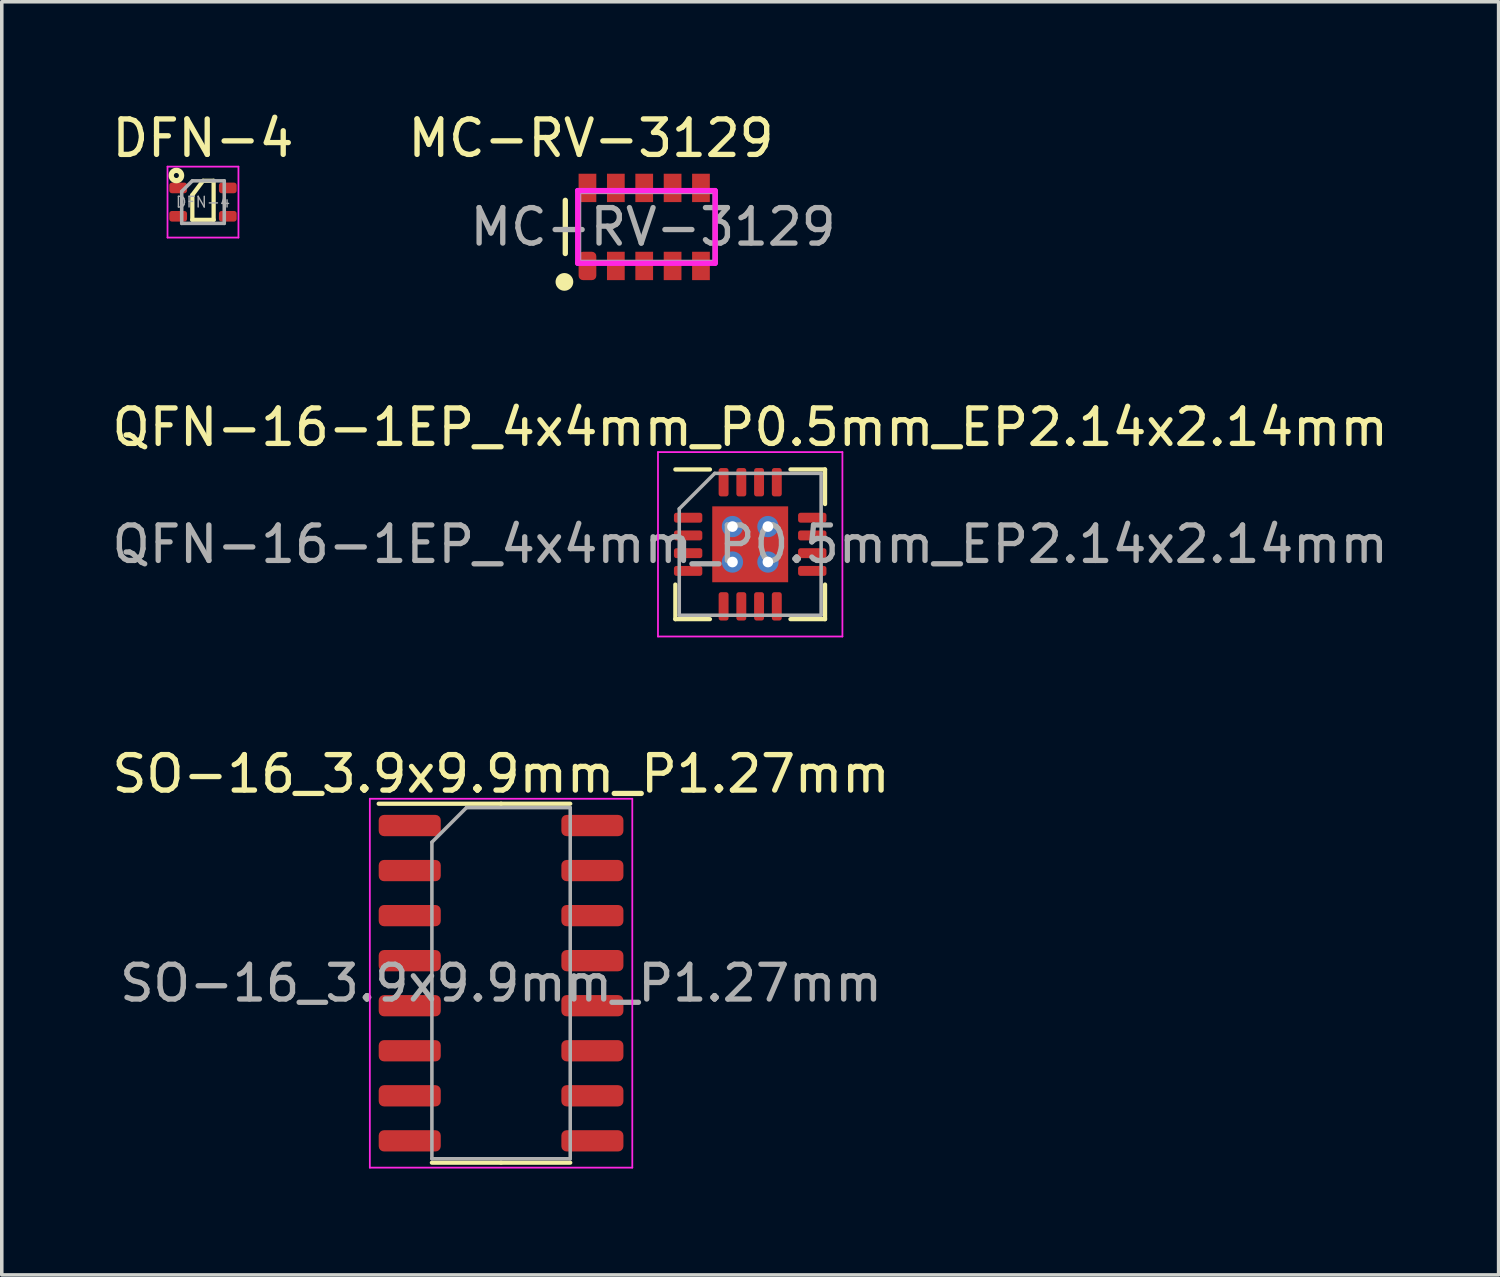
<source format=kicad_pcb>
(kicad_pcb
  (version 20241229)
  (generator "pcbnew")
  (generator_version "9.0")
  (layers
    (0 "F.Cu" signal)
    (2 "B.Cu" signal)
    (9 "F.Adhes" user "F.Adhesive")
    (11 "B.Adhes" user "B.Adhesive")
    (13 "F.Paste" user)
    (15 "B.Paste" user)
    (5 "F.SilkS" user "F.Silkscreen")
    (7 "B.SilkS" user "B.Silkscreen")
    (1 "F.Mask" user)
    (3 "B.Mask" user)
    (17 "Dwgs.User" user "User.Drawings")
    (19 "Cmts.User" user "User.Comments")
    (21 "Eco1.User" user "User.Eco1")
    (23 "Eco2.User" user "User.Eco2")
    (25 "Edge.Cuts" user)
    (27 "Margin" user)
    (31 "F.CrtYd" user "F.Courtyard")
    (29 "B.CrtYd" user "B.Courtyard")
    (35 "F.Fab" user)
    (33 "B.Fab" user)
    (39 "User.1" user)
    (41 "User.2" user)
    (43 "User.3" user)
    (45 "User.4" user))
  (footprint "MC-RV-3129"
    (layer "F.Cu")
    (at 14.863 3.348)
    (property "Reference" "MC-RV-3129" (at -1.25 -2.5 180) (layer "F.SilkS") (effects (font (size 1 1) (thickness 0.15))))
    (attr smd)
    (fp_line (start -1.975 -0.75) (end -1.975 0.75) (stroke (width 0.15) (type solid)) (layer "F.SilkS"))
    (fp_circle (center -2 1.55) (end -1.875 1.55) (stroke (width 0.25) (type solid)) (fill no) (layer "F.SilkS"))
    (fp_line (start -1.625 -1.025) (end -1.625 1.025) (stroke (width 0.15) (type solid)) (layer "F.CrtYd"))
    (fp_line (start -1.625 1.025) (end 2.25 1.025) (stroke (width 0.15) (type solid)) (layer "F.CrtYd"))
    (fp_line (start 1.625 -1.025) (end -1.625 -1.025) (stroke (width 0.15) (type solid)) (layer "F.CrtYd"))
    (fp_line (start 2.25 -1.025) (end 1.625 -1.025) (stroke (width 0.15) (type solid)) (layer "F.CrtYd"))
    (fp_line (start 2.25 1.025) (end 2.25 -1.025) (stroke (width 0.15) (type solid)) (layer "F.CrtYd"))
    (fp_line (start -1.6 -1) (end 2.25 -1) (stroke (width 0.15) (type solid)) (layer "F.Fab"))
    (fp_line (start -1.6 1) (end -1.6 -1) (stroke (width 0.15) (type solid)) (layer "F.Fab"))
    (fp_line (start 2.25 -1) (end 2.25 1) (stroke (width 0.15) (type solid)) (layer "F.Fab"))
    (fp_line (start 2.25 1) (end -1.6 1) (stroke (width 0.15) (type solid)) (layer "F.Fab"))
    (fp_text user "${REFERENCE}" (at 0.5 0 180) (layer "F.Fab") (effects (font (size 1 1) (thickness 0.15))))
    (pad "1" smd roundrect (at -1.35 1.1) (size 0.5 0.8) (layers "F.Cu" "F.Mask" "F.Paste") (roundrect_rratio 0.25))
    (pad "2" smd rect (at -0.55 1.1) (size 0.5 0.8) (layers "F.Cu" "F.Mask" "F.Paste"))
    (pad "3" smd rect (at 0.25 1.1) (size 0.5 0.8) (layers "F.Cu" "F.Mask" "F.Paste"))
    (pad "4" smd rect (at 1.05 1.1) (size 0.5 0.8) (layers "F.Cu" "F.Mask" "F.Paste"))
    (pad "5" smd rect (at 1.85 1.1) (size 0.5 0.8) (layers "F.Cu" "F.Mask" "F.Paste"))
    (pad "6" smd rect (at 1.85 -1.1) (size 0.5 0.8) (layers "F.Cu" "F.Mask" "F.Paste"))
    (pad "7" smd rect (at 1.05 -1.1) (size 0.5 0.8) (layers "F.Cu" "F.Mask" "F.Paste"))
    (pad "8" smd rect (at 0.25 -1.1) (size 0.5 0.8) (layers "F.Cu" "F.Mask" "F.Paste"))
    (pad "9" smd rect (at -0.55 -1.1) (size 0.5 0.8) (layers "F.Cu" "F.Mask" "F.Paste"))
    (pad "10" smd rect (at -1.35 -1.1) (size 0.5 0.8) (layers "F.Cu" "F.Mask" "F.Paste")))
  (footprint "SO-16_3.9x9.9mm_P1.27mm"
    (layer "F.Cu")
    (at 11.077 24.67)
    (property "Reference" "SO-16_3.9x9.9mm_P1.27mm" (at 0 -5.9 0) (layer "F.SilkS") (effects (font (size 1 1) (thickness 0.15))))
    (attr smd)
    (fp_line (start 0 -5.06) (end -3.45 -5.06) (stroke (width 0.12) (type solid)) (layer "F.SilkS"))
    (fp_line (start 0 -5.06) (end 1.95 -5.06) (stroke (width 0.12) (type solid)) (layer "F.SilkS"))
    (fp_line (start 0 5.06) (end -1.95 5.06) (stroke (width 0.12) (type solid)) (layer "F.SilkS"))
    (fp_line (start 0 5.06) (end 1.95 5.06) (stroke (width 0.12) (type solid)) (layer "F.SilkS"))
    (fp_line (start -3.7 -5.2) (end -3.7 5.2) (stroke (width 0.05) (type solid)) (layer "F.CrtYd"))
    (fp_line (start -3.7 5.2) (end 3.7 5.2) (stroke (width 0.05) (type solid)) (layer "F.CrtYd"))
    (fp_line (start 3.7 -5.2) (end -3.7 -5.2) (stroke (width 0.05) (type solid)) (layer "F.CrtYd"))
    (fp_line (start 3.7 5.2) (end 3.7 -5.2) (stroke (width 0.05) (type solid)) (layer "F.CrtYd"))
    (fp_line (start -1.95 -3.975) (end -0.975 -4.95) (stroke (width 0.1) (type solid)) (layer "F.Fab"))
    (fp_line (start -1.95 4.95) (end -1.95 -3.975) (stroke (width 0.1) (type solid)) (layer "F.Fab"))
    (fp_line (start -0.975 -4.95) (end 1.95 -4.95) (stroke (width 0.1) (type solid)) (layer "F.Fab"))
    (fp_line (start 1.95 -4.95) (end 1.95 4.95) (stroke (width 0.1) (type solid)) (layer "F.Fab"))
    (fp_line (start 1.95 4.95) (end -1.95 4.95) (stroke (width 0.1) (type solid)) (layer "F.Fab"))
    (fp_text user "${REFERENCE}" (at 0 0 0) (layer "F.Fab") (effects (font (size 0.98 0.98) (thickness 0.15))))
    (pad "1" smd roundrect (at -2.575 -4.445) (size 1.75 0.6) (layers "F.Cu" "F.Mask" "F.Paste") (roundrect_rratio 0.25))
    (pad "2" smd roundrect (at -2.575 -3.175) (size 1.75 0.6) (layers "F.Cu" "F.Mask" "F.Paste") (roundrect_rratio 0.25))
    (pad "3" smd roundrect (at -2.575 -1.905) (size 1.75 0.6) (layers "F.Cu" "F.Mask" "F.Paste") (roundrect_rratio 0.25))
    (pad "4" smd roundrect (at -2.575 -0.635) (size 1.75 0.6) (layers "F.Cu" "F.Mask" "F.Paste") (roundrect_rratio 0.25))
    (pad "5" smd roundrect (at -2.575 0.635) (size 1.75 0.6) (layers "F.Cu" "F.Mask" "F.Paste") (roundrect_rratio 0.25))
    (pad "6" smd roundrect (at -2.575 1.905) (size 1.75 0.6) (layers "F.Cu" "F.Mask" "F.Paste") (roundrect_rratio 0.25))
    (pad "7" smd roundrect (at -2.575 3.175) (size 1.75 0.6) (layers "F.Cu" "F.Mask" "F.Paste") (roundrect_rratio 0.25))
    (pad "8" smd roundrect (at -2.575 4.445) (size 1.75 0.6) (layers "F.Cu" "F.Mask" "F.Paste") (roundrect_rratio 0.25))
    (pad "9" smd roundrect (at 2.575 4.445) (size 1.75 0.6) (layers "F.Cu" "F.Mask" "F.Paste") (roundrect_rratio 0.25))
    (pad "10" smd roundrect (at 2.575 3.175) (size 1.75 0.6) (layers "F.Cu" "F.Mask" "F.Paste") (roundrect_rratio 0.25))
    (pad "11" smd roundrect (at 2.575 1.905) (size 1.75 0.6) (layers "F.Cu" "F.Mask" "F.Paste") (roundrect_rratio 0.25))
    (pad "12" smd roundrect (at 2.575 0.635) (size 1.75 0.6) (layers "F.Cu" "F.Mask" "F.Paste") (roundrect_rratio 0.25))
    (pad "13" smd roundrect (at 2.575 -0.635) (size 1.75 0.6) (layers "F.Cu" "F.Mask" "F.Paste") (roundrect_rratio 0.25))
    (pad "14" smd roundrect (at 2.575 -1.905) (size 1.75 0.6) (layers "F.Cu" "F.Mask" "F.Paste") (roundrect_rratio 0.25))
    (pad "15" smd roundrect (at 2.575 -3.175) (size 1.75 0.6) (layers "F.Cu" "F.Mask" "F.Paste") (roundrect_rratio 0.25))
    (pad "16" smd roundrect (at 2.575 -4.445) (size 1.75 0.6) (layers "F.Cu" "F.Mask" "F.Paste") (roundrect_rratio 0.25)))
  (footprint "QFN-16-1EP_4x4mm_P0.5mm_EP2.14x2.14mm"
    (layer "F.Cu")
    (at 18.101 12.296)
    (property "Reference" "QFN-16-1EP_4x4mm_P0.5mm_EP2.14x2.14mm" (at 0 -3.3 0) (layer "F.SilkS") (effects (font (size 1 1) (thickness 0.15))))
    (attr smd)
    (fp_line (start -2.11 2.11) (end -2.11 1.135) (stroke (width 0.12) (type solid)) (layer "F.SilkS"))
    (fp_line (start -1.135 -2.11) (end -2.11 -2.11) (stroke (width 0.12) (type solid)) (layer "F.SilkS"))
    (fp_line (start -1.135 2.11) (end -2.11 2.11) (stroke (width 0.12) (type solid)) (layer "F.SilkS"))
    (fp_line (start 1.135 -2.11) (end 2.11 -2.11) (stroke (width 0.12) (type solid)) (layer "F.SilkS"))
    (fp_line (start 1.135 2.11) (end 2.11 2.11) (stroke (width 0.12) (type solid)) (layer "F.SilkS"))
    (fp_line (start 2.11 -2.11) (end 2.11 -1.135) (stroke (width 0.12) (type solid)) (layer "F.SilkS"))
    (fp_line (start 2.11 2.11) (end 2.11 1.135) (stroke (width 0.12) (type solid)) (layer "F.SilkS"))
    (fp_line (start -2.6 -2.6) (end -2.6 2.6) (stroke (width 0.05) (type solid)) (layer "F.CrtYd"))
    (fp_line (start -2.6 2.6) (end 2.6 2.6) (stroke (width 0.05) (type solid)) (layer "F.CrtYd"))
    (fp_line (start 2.6 -2.6) (end -2.6 -2.6) (stroke (width 0.05) (type solid)) (layer "F.CrtYd"))
    (fp_line (start 2.6 2.6) (end 2.6 -2.6) (stroke (width 0.05) (type solid)) (layer "F.CrtYd"))
    (fp_line (start -2 -1) (end -1 -2) (stroke (width 0.1) (type solid)) (layer "F.Fab"))
    (fp_line (start -2 2) (end -2 -1) (stroke (width 0.1) (type solid)) (layer "F.Fab"))
    (fp_line (start -1 -2) (end 2 -2) (stroke (width 0.1) (type solid)) (layer "F.Fab"))
    (fp_line (start 2 -2) (end 2 2) (stroke (width 0.1) (type solid)) (layer "F.Fab"))
    (fp_line (start 2 2) (end -2 2) (stroke (width 0.1) (type solid)) (layer "F.Fab"))
    (fp_text user "${REFERENCE}" (at 0 0 0) (layer "F.Fab") (effects (font (size 1 1) (thickness 0.15))))
    (pad "" smd roundrect (at -0.61 -0.61) (size 0.8 0.8) (layers "F.Paste") (roundrect_rratio 0.25))
    (pad "" smd roundrect (at -0.61 0.61) (size 0.8 0.8) (layers "F.Paste") (roundrect_rratio 0.25))
    (pad "" smd roundrect (at 0.61 -0.61) (size 0.8 0.8) (layers "F.Paste") (roundrect_rratio 0.25))
    (pad "" smd roundrect (at 0.61 0.61) (size 0.8 0.8) (layers "F.Paste") (roundrect_rratio 0.25))
    (pad "1" smd roundrect (at -1.75 -0.75) (size 0.8 0.28) (layers "F.Cu" "F.Mask" "F.Paste") (roundrect_rratio 0.25))
    (pad "2" smd roundrect (at -1.75 -0.25) (size 0.8 0.28) (layers "F.Cu" "F.Mask" "F.Paste") (roundrect_rratio 0.25))
    (pad "3" smd roundrect (at -1.75 0.25) (size 0.8 0.28) (layers "F.Cu" "F.Mask" "F.Paste") (roundrect_rratio 0.25))
    (pad "4" smd roundrect (at -1.75 0.75) (size 0.8 0.28) (layers "F.Cu" "F.Mask" "F.Paste") (roundrect_rratio 0.25))
    (pad "5" smd roundrect (at -0.75 1.75) (size 0.28 0.8) (layers "F.Cu" "F.Mask" "F.Paste") (roundrect_rratio 0.25))
    (pad "6" smd roundrect (at -0.25 1.75) (size 0.28 0.8) (layers "F.Cu" "F.Mask" "F.Paste") (roundrect_rratio 0.25))
    (pad "7" smd roundrect (at 0.25 1.75) (size 0.28 0.8) (layers "F.Cu" "F.Mask" "F.Paste") (roundrect_rratio 0.25))
    (pad "8" smd roundrect (at 0.75 1.75) (size 0.28 0.8) (layers "F.Cu" "F.Mask" "F.Paste") (roundrect_rratio 0.25))
    (pad "9" smd roundrect (at 1.75 0.75) (size 0.8 0.28) (layers "F.Cu" "F.Mask" "F.Paste") (roundrect_rratio 0.25))
    (pad "10" smd roundrect (at 1.75 0.25) (size 0.8 0.28) (layers "F.Cu" "F.Mask" "F.Paste") (roundrect_rratio 0.25))
    (pad "11" smd roundrect (at 1.75 -0.25) (size 0.8 0.28) (layers "F.Cu" "F.Mask" "F.Paste") (roundrect_rratio 0.25))
    (pad "12" smd roundrect (at 1.75 -0.75) (size 0.8 0.28) (layers "F.Cu" "F.Mask" "F.Paste") (roundrect_rratio 0.25))
    (pad "13" smd roundrect (at 0.75 -1.75) (size 0.28 0.8) (layers "F.Cu" "F.Mask" "F.Paste") (roundrect_rratio 0.25))
    (pad "14" smd roundrect (at 0.25 -1.75) (size 0.28 0.8) (layers "F.Cu" "F.Mask" "F.Paste") (roundrect_rratio 0.25))
    (pad "15" smd roundrect (at -0.25 -1.75) (size 0.28 0.8) (layers "F.Cu" "F.Mask" "F.Paste") (roundrect_rratio 0.25))
    (pad "16" smd roundrect (at -0.75 -1.75) (size 0.28 0.8) (layers "F.Cu" "F.Mask" "F.Paste") (roundrect_rratio 0.25))
    (pad "17" smd rect (at 0 0) (size 2.14 2.14) (layers "F.Cu" "F.Mask"))
    (pad "18" thru_hole circle (at -0.5 -0.5) (size 0.6 0.6) (drill 0.3) (layers "*.Cu" "*.Mask"))
    (pad "18" thru_hole circle (at -0.5 0.5) (size 0.6 0.6) (drill 0.3) (layers "*.Cu" "*.Mask"))
    (pad "18" thru_hole circle (at 0.5 -0.5) (size 0.6 0.6) (drill 0.3) (layers "*.Cu" "*.Mask"))
    (pad "18" thru_hole circle (at 0.5 0.5) (size 0.6 0.6) (drill 0.3) (layers "*.Cu" "*.Mask")))
  (footprint "DFN-4"
    (layer "F.Cu")
    (at 2.673 2.648)
    (property "Reference" "DFN-4" (at 0 -1.8 0) (layer "F.SilkS") (effects (font (size 1 1) (thickness 0.15))))
    (attr smd)
    (fp_line (start -0.3 -0.2) (end 0 -0.6) (stroke (width 0.12) (type solid)) (layer "F.SilkS"))
    (fp_line (start -0.3 0.5) (end -0.3 -0.2) (stroke (width 0.12) (type solid)) (layer "F.SilkS"))
    (fp_line (start 0 -0.6) (end 0.3 -0.6) (stroke (width 0.12) (type solid)) (layer "F.SilkS"))
    (fp_line (start 0.3 -0.6) (end 0.3 0.5) (stroke (width 0.12) (type solid)) (layer "F.SilkS"))
    (fp_line (start 0.3 0.5) (end -0.3 0.5) (stroke (width 0.12) (type solid)) (layer "F.SilkS"))
    (fp_circle (center -0.75 -0.75) (end -0.679 -0.75) (stroke (width 0.15) (type solid)) (fill no) (layer "F.SilkS"))
    (fp_line (start -1 -1) (end -1 1) (stroke (width 0.05) (type solid)) (layer "F.CrtYd"))
    (fp_line (start -1 1) (end 1 1) (stroke (width 0.05) (type solid)) (layer "F.CrtYd"))
    (fp_line (start 1 -1) (end -1 -1) (stroke (width 0.05) (type solid)) (layer "F.CrtYd"))
    (fp_line (start 1 1) (end 1 -1) (stroke (width 0.05) (type solid)) (layer "F.CrtYd"))
    (fp_line (start -0.6 -0.3) (end -0.3 -0.6) (stroke (width 0.1) (type solid)) (layer "F.Fab"))
    (fp_line (start -0.6 0.6) (end -0.6 -0.3) (stroke (width 0.1) (type solid)) (layer "F.Fab"))
    (fp_line (start -0.3 -0.6) (end 0.6 -0.6) (stroke (width 0.1) (type solid)) (layer "F.Fab"))
    (fp_line (start 0.6 -0.6) (end 0.6 0.6) (stroke (width 0.1) (type solid)) (layer "F.Fab"))
    (fp_line (start 0.6 0.6) (end -0.6 0.6) (stroke (width 0.1) (type solid)) (layer "F.Fab"))
    (fp_text user "${REFERENCE}" (at 0 0 0) (layer "F.Fab") (effects (font (size 0.3 0.3) (thickness 0.04))))
    (pad "1" smd roundrect (at -0.7 -0.4) (size 0.5 0.3) (layers "F.Cu" "F.Mask" "F.Paste") (roundrect_rratio 0.25))
    (pad "2" smd roundrect (at -0.7 0.4) (size 0.5 0.3) (layers "F.Cu" "F.Mask" "F.Paste") (roundrect_rratio 0.25))
    (pad "3" smd roundrect (at 0.7 0.4) (size 0.5 0.3) (layers "F.Cu" "F.Mask" "F.Paste") (roundrect_rratio 0.25))
    (pad "4" smd roundrect (at 0.7 -0.4) (size 0.5 0.3) (layers "F.Cu" "F.Mask" "F.Paste") (roundrect_rratio 0.25)))
  (gr_rect
    (start -3 -3)
    (end 39.202 32.895)
    (stroke (width 0.1) (type default))
    (fill no)
    (layer "Edge.Cuts")))
</source>
